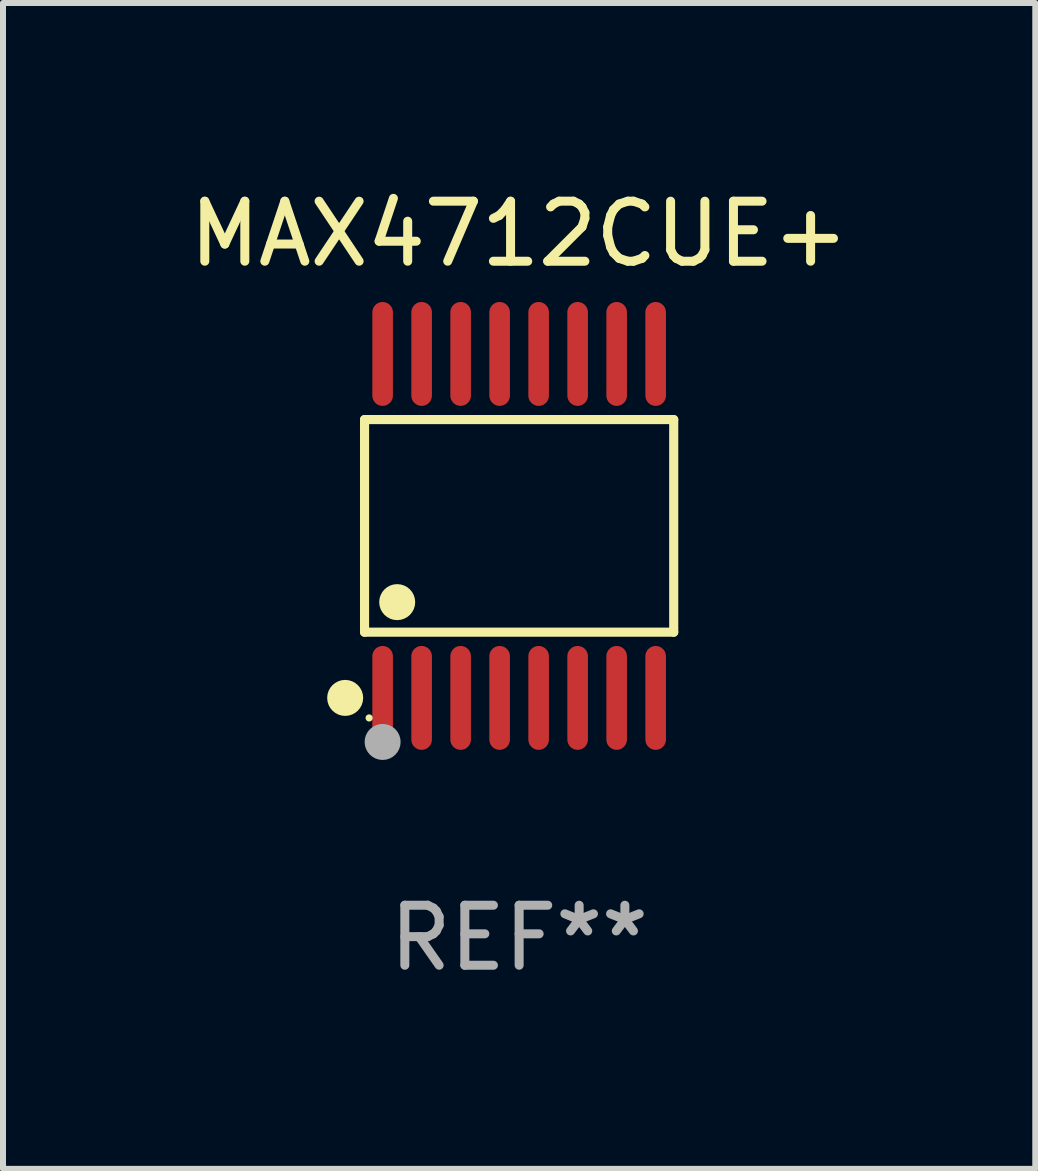
<source format=kicad_pcb>
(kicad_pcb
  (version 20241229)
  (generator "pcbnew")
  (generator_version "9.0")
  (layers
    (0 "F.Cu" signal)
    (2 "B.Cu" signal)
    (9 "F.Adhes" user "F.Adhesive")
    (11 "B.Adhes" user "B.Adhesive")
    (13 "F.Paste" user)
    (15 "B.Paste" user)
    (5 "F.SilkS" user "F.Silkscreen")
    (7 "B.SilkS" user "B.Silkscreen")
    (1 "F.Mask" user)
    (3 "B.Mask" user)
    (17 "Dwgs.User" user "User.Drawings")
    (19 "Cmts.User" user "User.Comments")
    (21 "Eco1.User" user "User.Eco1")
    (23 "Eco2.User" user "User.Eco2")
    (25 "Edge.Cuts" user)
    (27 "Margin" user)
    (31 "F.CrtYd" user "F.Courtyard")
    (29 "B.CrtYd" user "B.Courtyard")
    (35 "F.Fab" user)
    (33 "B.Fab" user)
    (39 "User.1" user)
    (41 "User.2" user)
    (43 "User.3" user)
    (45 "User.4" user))
  (footprint "MAX4712CUE+"
    (layer "F.Cu")
    (at 5.601 5.714)
    (property "Reference" "MAX4712CUE+" (at 0 -4.866 0) (layer "F.SilkS") (effects (font (size 1 1) (thickness 0.15))))
    (attr through_hole)
    (fp_line (start -2.576 -1.772) (end 2.576 -1.772) (stroke (width 0.152) (type solid)) (layer "F.SilkS"))
    (fp_line (start -2.576 1.771) (end -2.576 -1.772) (stroke (width 0.152) (type solid)) (layer "F.SilkS"))
    (fp_line (start 2.576 -1.772) (end 2.576 1.771) (stroke (width 0.152) (type solid)) (layer "F.SilkS"))
    (fp_line (start 2.576 1.771) (end -2.576 1.771) (stroke (width 0.152) (type solid)) (layer "F.SilkS"))
    (fp_circle (center -2.899 2.866) (end -2.749 2.866) (stroke (width 0.3) (type solid)) (fill no) (layer "F.SilkS"))
    (fp_circle (center -2.5 3.2) (end -2.47 3.2) (stroke (width 0.06) (type solid)) (fill no) (layer "F.SilkS"))
    (fp_circle (center -2.032 1.27) (end -1.882 1.27) (stroke (width 0.3) (type solid)) (fill no) (layer "F.SilkS"))
    (fp_circle (center -2.275 3.6) (end -2.125 3.6) (stroke (width 0.3) (type solid)) (fill no) (layer "F.Fab"))
    (fp_text user "REF**" (at 0 6.866 0) (layer "F.Fab") (effects (font (size 1 1) (thickness 0.15))))
    (pad "1" smd oval (at -2.275 2.866) (size 0.343 1.731) (layers "F.Cu" "F.Mask" "F.Paste"))
    (pad "2" smd oval (at -1.625 2.866) (size 0.343 1.731) (layers "F.Cu" "F.Mask" "F.Paste"))
    (pad "3" smd oval (at -0.975 2.866) (size 0.343 1.731) (layers "F.Cu" "F.Mask" "F.Paste"))
    (pad "4" smd oval (at -0.325 2.866) (size 0.343 1.731) (layers "F.Cu" "F.Mask" "F.Paste"))
    (pad "5" smd oval (at 0.325 2.866) (size 0.343 1.731) (layers "F.Cu" "F.Mask" "F.Paste"))
    (pad "6" smd oval (at 0.975 2.866) (size 0.343 1.731) (layers "F.Cu" "F.Mask" "F.Paste"))
    (pad "7" smd oval (at 1.625 2.866) (size 0.343 1.731) (layers "F.Cu" "F.Mask" "F.Paste"))
    (pad "8" smd oval (at 2.275 2.866) (size 0.343 1.731) (layers "F.Cu" "F.Mask" "F.Paste"))
    (pad "9" smd oval (at 2.275 -2.866) (size 0.343 1.731) (layers "F.Cu" "F.Mask" "F.Paste"))
    (pad "10" smd oval (at 1.625 -2.866) (size 0.343 1.731) (layers "F.Cu" "F.Mask" "F.Paste"))
    (pad "11" smd oval (at 0.975 -2.866) (size 0.343 1.731) (layers "F.Cu" "F.Mask" "F.Paste"))
    (pad "12" smd oval (at 0.325 -2.866) (size 0.343 1.731) (layers "F.Cu" "F.Mask" "F.Paste"))
    (pad "13" smd oval (at -0.325 -2.866) (size 0.343 1.731) (layers "F.Cu" "F.Mask" "F.Paste"))
    (pad "14" smd oval (at -0.975 -2.866) (size 0.343 1.731) (layers "F.Cu" "F.Mask" "F.Paste"))
    (pad "15" smd oval (at -1.625 -2.866) (size 0.343 1.731) (layers "F.Cu" "F.Mask" "F.Paste"))
    (pad "16" smd oval (at -2.275 -2.866) (size 0.343 1.731) (layers "F.Cu" "F.Mask" "F.Paste")))
  (gr_rect
    (start -3 -3)
    (end 14.202 16.428)
    (stroke (width 0.1) (type default))
    (fill no)
    (layer "Edge.Cuts")))
</source>
